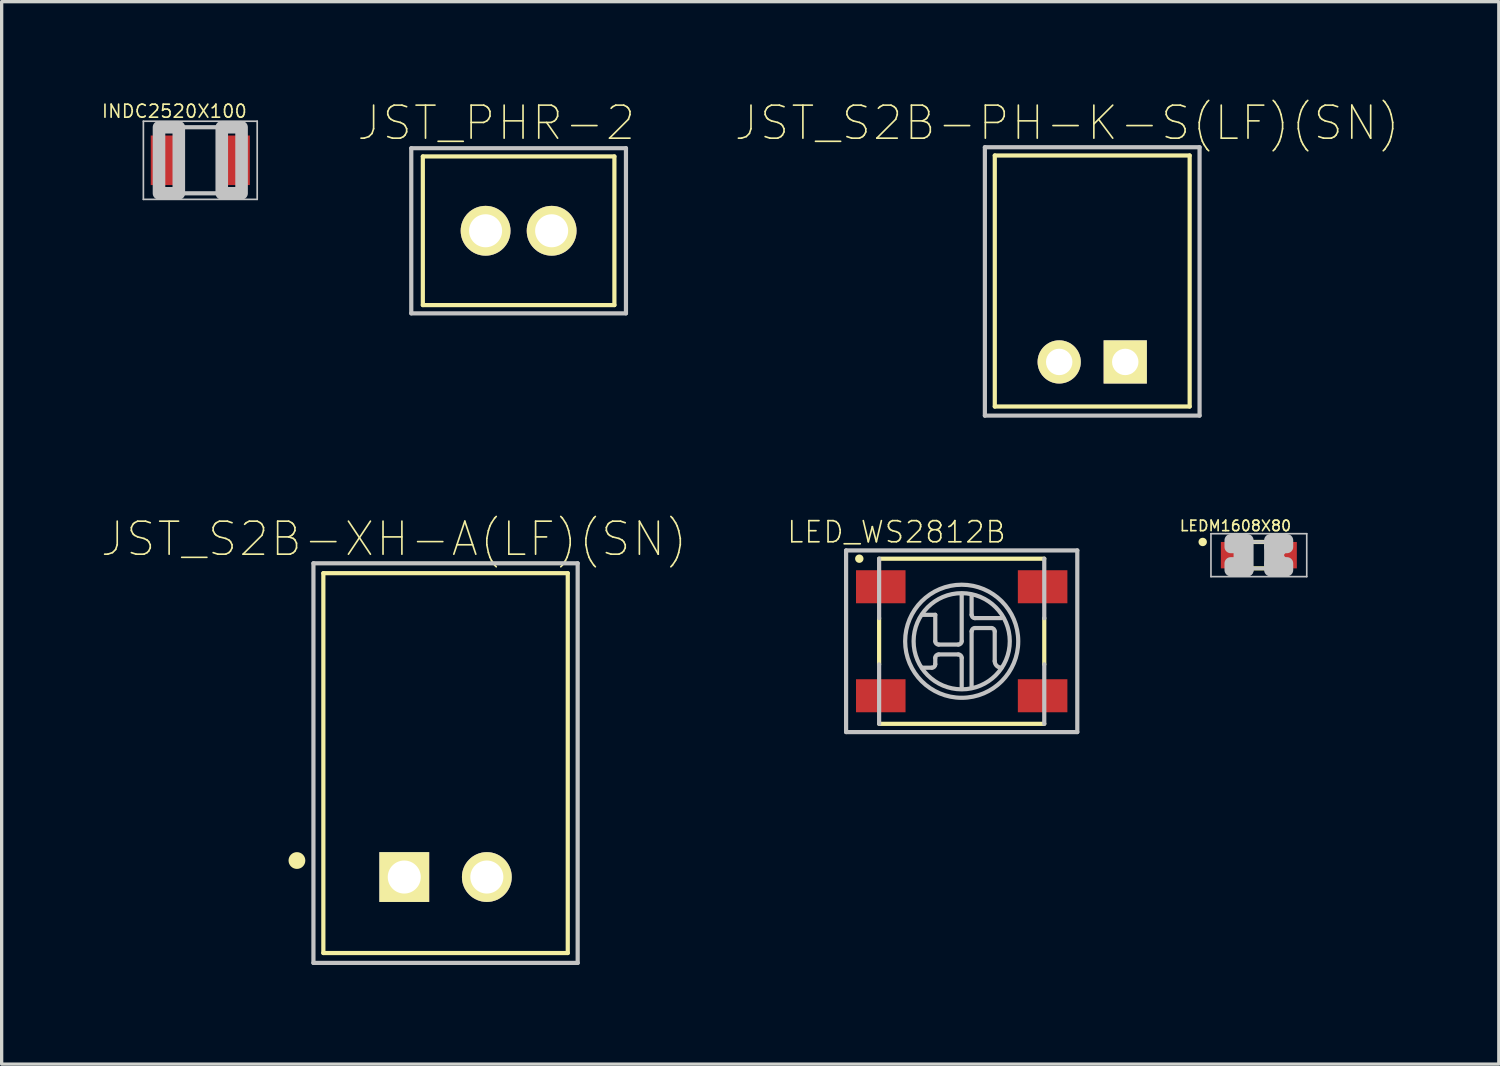
<source format=kicad_pcb>
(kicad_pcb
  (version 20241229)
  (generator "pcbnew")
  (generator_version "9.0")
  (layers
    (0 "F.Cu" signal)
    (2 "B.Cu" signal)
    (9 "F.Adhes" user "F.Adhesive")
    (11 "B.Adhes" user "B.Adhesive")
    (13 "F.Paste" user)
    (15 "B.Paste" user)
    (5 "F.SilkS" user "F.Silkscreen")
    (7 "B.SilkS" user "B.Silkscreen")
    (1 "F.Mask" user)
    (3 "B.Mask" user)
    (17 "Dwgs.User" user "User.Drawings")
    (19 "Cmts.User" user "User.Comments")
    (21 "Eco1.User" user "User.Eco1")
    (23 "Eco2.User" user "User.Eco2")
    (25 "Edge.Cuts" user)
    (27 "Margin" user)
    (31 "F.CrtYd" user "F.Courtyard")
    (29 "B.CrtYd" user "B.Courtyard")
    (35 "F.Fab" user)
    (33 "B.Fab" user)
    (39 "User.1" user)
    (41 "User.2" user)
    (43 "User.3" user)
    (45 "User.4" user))
  (footprint "LEDM1608X80"
    (layer "F.Cu")
    (at 35.064 13.759)
    (property "Reference" "LEDM1608X80" (at -0.707 -0.888 0) (layer "F.SilkS") (effects (font (size 0.32 0.32) (thickness 0.05))))
    (attr smd)
    (fp_line (start -0.2 -0.4) (end 0.2 -0.4) (stroke (width 0.127) (type solid)) (layer "F.SilkS"))
    (fp_line (start -0.2 0.4) (end 0.2 0.4) (stroke (width 0.127) (type solid)) (layer "F.SilkS"))
    (fp_circle (center -1.7 -0.4) (end -1.573 -0.4) (stroke (width 0) (type solid)) (fill yes) (layer "F.SilkS"))
    (fp_line (start -1.45 -0.65) (end 1.45 -0.65) (stroke (width 0.05) (type solid)) (layer "Dwgs.User"))
    (fp_line (start -1.45 0.65) (end -1.45 -0.65) (stroke (width 0.05) (type solid)) (layer "Dwgs.User"))
    (fp_line (start -0.375 0.4) (end 0.35 0.4) (stroke (width 0.102) (type solid)) (layer "Dwgs.User"))
    (fp_line (start -0.35 -0.4) (end 0.35 -0.4) (stroke (width 0.102) (type solid)) (layer "Dwgs.User"))
    (fp_line (start 1.45 -0.65) (end 1.45 0.65) (stroke (width 0.05) (type solid)) (layer "Dwgs.User"))
    (fp_line (start 1.45 0.65) (end -1.45 0.65) (stroke (width 0.05) (type solid)) (layer "Dwgs.User"))
    (fp_arc (start -0.8 -0.3) (mid -0.524966 -0.000147) (end -0.799707 0.299974) (stroke (width 0.1016) (type solid)) (layer "Dwgs.User"))
    (fp_arc (start 0.825 0.275) (mid 0.55 0) (end 0.825 -0.275) (stroke (width 0.0508) (type solid)) (layer "Dwgs.User"))
    (fp_circle (center -0.625 0.35) (end -0.55 0.35) (stroke (width 0.051) (type solid)) (fill no) (layer "Dwgs.User"))
    (fp_poly (pts (xy -0.85 -0.25) (xy -0.85 -0.45) (xy -0.55 -0.45) (xy -0.55 -0.25)) (stroke (width 0.381) (type solid)) (fill no) (layer "Dwgs.User"))
    (fp_poly (pts (xy -0.85 0.45) (xy -0.85 0.25) (xy -0.7 0.25) (xy -0.7 0.45)) (stroke (width 0.381) (type solid)) (fill no) (layer "Dwgs.User"))
    (fp_poly (pts (xy -0.725 0.45) (xy -0.725 0.4) (xy -0.35 0.4) (xy -0.35 0.45)) (stroke (width 0.381) (type solid)) (fill no) (layer "Dwgs.User"))
    (fp_poly (pts (xy -0.6 0.275) (xy -0.6 0.225) (xy -0.55 0.225) (xy -0.55 0.275)) (stroke (width 0.381) (type solid)) (fill no) (layer "Dwgs.User"))
    (fp_poly (pts (xy -0.575 0.45) (xy -0.575 -0.45) (xy -0.35 -0.45) (xy -0.35 0.45)) (stroke (width 0.381) (type solid)) (fill no) (layer "Dwgs.User"))
    (fp_poly (pts (xy 0.35 -0.25) (xy 0.35 -0.45) (xy 0.85 -0.45) (xy 0.85 -0.25)) (stroke (width 0.381) (type solid)) (fill no) (layer "Dwgs.User"))
    (fp_poly (pts (xy 0.35 0.275) (xy 0.35 -0.275) (xy 0.575 -0.275) (xy 0.575 0.275)) (stroke (width 0.381) (type solid)) (fill no) (layer "Dwgs.User"))
    (fp_poly (pts (xy 0.35 0.45) (xy 0.35 0.25) (xy 0.85 0.25) (xy 0.85 0.45)) (stroke (width 0.381) (type solid)) (fill no) (layer "Dwgs.User"))
    (fp_poly (pts (xy 0.55 -0.175) (xy 0.55 -0.275) (xy 0.65 -0.275) (xy 0.65 -0.175)) (stroke (width 0.381) (type solid)) (fill no) (layer "Dwgs.User"))
    (fp_poly (pts (xy 0.55 0.275) (xy 0.55 0.175) (xy 0.65 0.175) (xy 0.65 0.275)) (stroke (width 0.381) (type solid)) (fill no) (layer "Dwgs.User"))
    (pad "A" smd rect (at 0.75 0 90) (size 0.8 0.8) (layers "F.Cu" "F.Mask" "F.Paste"))
    (pad "C" smd rect (at -0.75 0 90) (size 0.8 0.8) (layers "F.Cu" "F.Mask" "F.Paste")))
  (footprint "JST_PHR-2"
    (layer "F.Cu")
    (at 12.652 3.937)
    (property "Reference" "JST_PHR-2" (at -0.676 -3.264 0) (layer "F.SilkS") (effects (font (size 1 1) (thickness 0.05))))
    (attr through_hole)
    (fp_line (start -2.9 -2.25) (end 2.9 -2.25) (stroke (width 0.127) (type solid)) (layer "F.SilkS"))
    (fp_line (start -2.9 2.25) (end -2.9 -2.25) (stroke (width 0.127) (type solid)) (layer "F.SilkS"))
    (fp_line (start 2.9 -2.25) (end 2.9 2.25) (stroke (width 0.127) (type solid)) (layer "F.SilkS"))
    (fp_line (start 2.9 2.25) (end -2.9 2.25) (stroke (width 0.127) (type solid)) (layer "F.SilkS"))
    (fp_line (start -3.25 -2.5) (end 3.25 -2.5) (stroke (width 0.127) (type solid)) (layer "Dwgs.User"))
    (fp_line (start -3.25 2.5) (end -3.25 -2.5) (stroke (width 0.127) (type solid)) (layer "Dwgs.User"))
    (fp_line (start 3.25 -2.5) (end 3.25 2.5) (stroke (width 0.127) (type solid)) (layer "Dwgs.User"))
    (fp_line (start 3.25 2.5) (end -3.25 2.5) (stroke (width 0.127) (type solid)) (layer "Dwgs.User"))
    (pad "1" thru_hole circle (at -1 0 90) (size 1.508 1.508) (drill 1) (layers "*.Cu" "*.Mask" "F.SilkS"))
    (pad "2" thru_hole circle (at 1 0 90) (size 1.508 1.508) (drill 1) (layers "*.Cu" "*.Mask" "F.SilkS")))
  (footprint "INDC2520X100"
    (layer "F.Cu")
    (at 3.014 1.803)
    (property "Reference" "INDC2520X100" (at -0.785 -1.485 0) (layer "F.SilkS") (effects (font (size 0.394 0.394) (thickness 0.05))))
    (attr smd)
    (fp_line (start -1.723 -1.183) (end 1.723 -1.183) (stroke (width 0.051) (type solid)) (layer "Dwgs.User"))
    (fp_line (start -1.723 1.183) (end -1.723 -1.183) (stroke (width 0.051) (type solid)) (layer "Dwgs.User"))
    (fp_line (start -1.25 -1) (end 1.25 -1) (stroke (width 0.127) (type solid)) (layer "Dwgs.User"))
    (fp_line (start -1.25 1) (end -1.25 -1) (stroke (width 0.127) (type solid)) (layer "Dwgs.User"))
    (fp_line (start 1.25 -1) (end 1.25 1) (stroke (width 0.127) (type solid)) (layer "Dwgs.User"))
    (fp_line (start 1.25 1) (end -1.25 1) (stroke (width 0.127) (type solid)) (layer "Dwgs.User"))
    (fp_line (start 1.723 -1.183) (end 1.723 1.183) (stroke (width 0.051) (type solid)) (layer "Dwgs.User"))
    (fp_line (start 1.723 1.183) (end -1.723 1.183) (stroke (width 0.051) (type solid)) (layer "Dwgs.User"))
    (fp_poly (pts (xy -1.25 -1) (xy -0.65 -1) (xy -0.65 1) (xy -1.25 1)) (stroke (width 0.381) (type solid)) (fill no) (layer "Dwgs.User"))
    (fp_poly (pts (xy 0.65 -1) (xy 1.25 -1) (xy 1.25 1) (xy 0.65 1)) (stroke (width 0.381) (type solid)) (fill no) (layer "Dwgs.User"))
    (pad "1" smd rect (at -1.15 0) (size 0.7 1.5) (layers "F.Cu" "F.Mask" "F.Paste"))
    (pad "2" smd rect (at 1.15 0) (size 0.7 1.5) (layers "F.Cu" "F.Mask" "F.Paste")))
  (footprint "JST_S2B-XH-A(LF)(SN)"
    (layer "F.Cu")
    (at 10.44 23.504)
    (property "Reference" "JST_S2B-XH-A(LF)(SN)" (at -1.56 -10.235 0) (layer "F.SilkS") (effects (font (size 1 1) (thickness 0.05))))
    (attr through_hole)
    (fp_line (start -3.7 -9.2) (end 3.7 -9.2) (stroke (width 0.127) (type solid)) (layer "F.SilkS"))
    (fp_line (start -3.7 2.3) (end -3.7 -9.2) (stroke (width 0.127) (type solid)) (layer "F.SilkS"))
    (fp_line (start 3.7 -9.2) (end 3.7 2.3) (stroke (width 0.127) (type solid)) (layer "F.SilkS"))
    (fp_line (start 3.7 2.3) (end -3.7 2.3) (stroke (width 0.127) (type solid)) (layer "F.SilkS"))
    (fp_circle (center -4.5 -0.5) (end -4.246 -0.5) (stroke (width 0) (type solid)) (fill yes) (layer "F.SilkS"))
    (fp_line (start -4 -9.5) (end 4 -9.5) (stroke (width 0.127) (type solid)) (layer "Dwgs.User"))
    (fp_line (start -4 2.6) (end -4 -9.5) (stroke (width 0.127) (type solid)) (layer "Dwgs.User"))
    (fp_line (start 4 -9.5) (end 4 2.6) (stroke (width 0.127) (type solid)) (layer "Dwgs.User"))
    (fp_line (start 4 2.6) (end -4 2.6) (stroke (width 0.127) (type solid)) (layer "Dwgs.User"))
    (pad "1" thru_hole rect (at -1.25 0) (size 1.508 1.508) (drill 1) (layers "*.Cu" "*.Mask" "F.SilkS"))
    (pad "2" thru_hole circle (at 1.25 0) (size 1.508 1.508) (drill 1) (layers "*.Cu" "*.Mask" "F.SilkS")))
  (footprint "LED_WS2812B"
    (layer "F.Cu")
    (at 26.067 16.365)
    (property "Reference" "LED_WS2812B" (at -1.974 -3.306 0) (layer "F.SilkS") (effects (font (size 0.64 0.64) (thickness 0.05))))
    (attr smd)
    (fp_line (start -2.5 -2.5) (end 2.5 -2.5) (stroke (width 0.127) (type solid)) (layer "F.SilkS"))
    (fp_line (start -2.5 0.7) (end -2.5 -0.7) (stroke (width 0.127) (type solid)) (layer "F.SilkS"))
    (fp_line (start 2.5 -0.7) (end 2.5 0.7) (stroke (width 0.127) (type solid)) (layer "F.SilkS"))
    (fp_line (start 2.5 2.5) (end -2.5 2.5) (stroke (width 0.127) (type solid)) (layer "F.SilkS"))
    (fp_circle (center -3.1 -2.5) (end -2.973 -2.5) (stroke (width 0) (type solid)) (fill yes) (layer "F.SilkS"))
    (fp_line (start -3.5 -2.75) (end 3.5 -2.75) (stroke (width 0.127) (type solid)) (layer "Dwgs.User"))
    (fp_line (start -3.5 2.75) (end -3.5 -2.75) (stroke (width 0.127) (type solid)) (layer "Dwgs.User"))
    (fp_line (start -2.5 -0.7) (end -2.5 -2.5) (stroke (width 0.127) (type solid)) (layer "Dwgs.User"))
    (fp_line (start -2.5 2.5) (end -2.5 0.7) (stroke (width 0.127) (type solid)) (layer "Dwgs.User"))
    (fp_line (start -0.9 0.8) (end -1.2 0.8) (stroke (width 0.127) (type solid)) (layer "Dwgs.User"))
    (fp_line (start -0.8 -0.8) (end -1.2 -0.8) (stroke (width 0.127) (type solid)) (layer "Dwgs.User"))
    (fp_line (start -0.8 0) (end -0.8 -0.8) (stroke (width 0.127) (type solid)) (layer "Dwgs.User"))
    (fp_line (start -0.8 0.5) (end -0.8 0.7) (stroke (width 0.127) (type solid)) (layer "Dwgs.User"))
    (fp_line (start -0.1 0.1) (end -0.7 0.1) (stroke (width 0.127) (type solid)) (layer "Dwgs.User"))
    (fp_line (start -0.1 0.4) (end -0.7 0.4) (stroke (width 0.127) (type solid)) (layer "Dwgs.User"))
    (fp_line (start 0 -1.4) (end 0 0) (stroke (width 0.127) (type solid)) (layer "Dwgs.User"))
    (fp_line (start 0 1.4) (end 0 0.5) (stroke (width 0.127) (type solid)) (layer "Dwgs.User"))
    (fp_line (start 0.3 -1.4) (end 0.3 -0.8) (stroke (width 0.127) (type solid)) (layer "Dwgs.User"))
    (fp_line (start 0.3 1.4) (end 0.3 -0.3) (stroke (width 0.127) (type solid)) (layer "Dwgs.User"))
    (fp_line (start 0.4 -0.7) (end 1.2 -0.7) (stroke (width 0.127) (type solid)) (layer "Dwgs.User"))
    (fp_line (start 0.4 -0.4) (end 0.9 -0.4) (stroke (width 0.127) (type solid)) (layer "Dwgs.User"))
    (fp_line (start 1 -0.3) (end 1 0.6) (stroke (width 0.127) (type solid)) (layer "Dwgs.User"))
    (fp_line (start 2.5 -2.5) (end 2.5 -0.7) (stroke (width 0.127) (type solid)) (layer "Dwgs.User"))
    (fp_line (start 2.5 0.7) (end 2.5 2.5) (stroke (width 0.127) (type solid)) (layer "Dwgs.User"))
    (fp_line (start 3.5 -2.75) (end 3.5 2.75) (stroke (width 0.127) (type solid)) (layer "Dwgs.User"))
    (fp_line (start 3.5 2.75) (end -3.5 2.75) (stroke (width 0.127) (type solid)) (layer "Dwgs.User"))
    (fp_arc (start -0.8 0.5) (mid -0.770711 0.429289) (end -0.7 0.4) (stroke (width 0.127) (type solid)) (layer "Dwgs.User"))
    (fp_arc (start -0.8 0.7) (mid -0.829289 0.770711) (end -0.9 0.8) (stroke (width 0.127) (type solid)) (layer "Dwgs.User"))
    (fp_arc (start -0.7 0.1) (mid -0.770711 0.070711) (end -0.8 0) (stroke (width 0.127) (type solid)) (layer "Dwgs.User"))
    (fp_arc (start -0.1 0.4) (mid -0.029289 0.429289) (end 0 0.5) (stroke (width 0.127) (type solid)) (layer "Dwgs.User"))
    (fp_arc (start 0 0) (mid -0.029289 0.070711) (end -0.1 0.1) (stroke (width 0.127) (type solid)) (layer "Dwgs.User"))
    (fp_arc (start 0.3 -0.3) (mid 0.329289 -0.370711) (end 0.4 -0.4) (stroke (width 0.127) (type solid)) (layer "Dwgs.User"))
    (fp_arc (start 0.4 -0.7) (mid 0.329289 -0.729289) (end 0.3 -0.8) (stroke (width 0.127) (type solid)) (layer "Dwgs.User"))
    (fp_arc (start 0.9 -0.4) (mid 0.970711 -0.370711) (end 1 -0.3) (stroke (width 0.127) (type solid)) (layer "Dwgs.User"))
    (fp_arc (start 1.2 0.8) (mid 1.058579 0.741421) (end 1 0.6) (stroke (width 0.127) (type solid)) (layer "Dwgs.User"))
    (fp_circle (center 0 0) (end 1.456 0) (stroke (width 0.127) (type solid)) (fill no) (layer "Dwgs.User"))
    (fp_circle (center 0 0) (end 1.712 0) (stroke (width 0.127) (type solid)) (fill no) (layer "Dwgs.User"))
    (pad "1" smd rect (at -2.45 -1.65 90) (size 1 1.5) (layers "F.Cu" "F.Mask" "F.Paste"))
    (pad "2" smd rect (at -2.45 1.65 90) (size 1 1.5) (layers "F.Cu" "F.Mask" "F.Paste"))
    (pad "3" smd rect (at 2.45 1.65 90) (size 1 1.5) (layers "F.Cu" "F.Mask" "F.Paste"))
    (pad "4" smd rect (at 2.45 -1.65 90) (size 1 1.5) (layers "F.Cu" "F.Mask" "F.Paste")))
  (footprint "JST_S2B-PH-K-S(LF)(SN)"
    (layer "F.Cu")
    (at 30.019 7.908)
    (property "Reference" "JST_S2B-PH-K-S(LF)(SN)" (at -0.76 -7.235 0) (layer "F.SilkS") (effects (font (size 1 1) (thickness 0.05))))
    (attr through_hole)
    (fp_line (start -2.95 -6.25) (end 2.95 -6.25) (stroke (width 0.127) (type solid)) (layer "F.SilkS"))
    (fp_line (start -2.95 1.35) (end -2.95 -6.25) (stroke (width 0.127) (type solid)) (layer "F.SilkS"))
    (fp_line (start 2.95 -6.25) (end 2.95 1.35) (stroke (width 0.127) (type solid)) (layer "F.SilkS"))
    (fp_line (start 2.95 1.35) (end -2.95 1.35) (stroke (width 0.127) (type solid)) (layer "F.SilkS"))
    (fp_line (start -3.25 -6.5) (end 3.25 -6.5) (stroke (width 0.127) (type solid)) (layer "Dwgs.User"))
    (fp_line (start -3.25 1.625) (end -3.25 -6.5) (stroke (width 0.127) (type solid)) (layer "Dwgs.User"))
    (fp_line (start 3.25 -6.5) (end 3.25 1.625) (stroke (width 0.127) (type solid)) (layer "Dwgs.User"))
    (fp_line (start 3.25 1.625) (end -3.25 1.625) (stroke (width 0.127) (type solid)) (layer "Dwgs.User"))
    (pad "1" thru_hole rect (at 1 0) (size 1.308 1.308) (drill 0.8) (layers "*.Cu" "*.Mask" "F.SilkS"))
    (pad "2" thru_hole circle (at -1 0) (size 1.308 1.308) (drill 0.8) (layers "*.Cu" "*.Mask" "F.SilkS")))
  (gr_rect
    (start -3 -3)
    (end 42.329 29.168)
    (stroke (width 0.1) (type default))
    (fill no)
    (layer "Edge.Cuts")))
</source>
